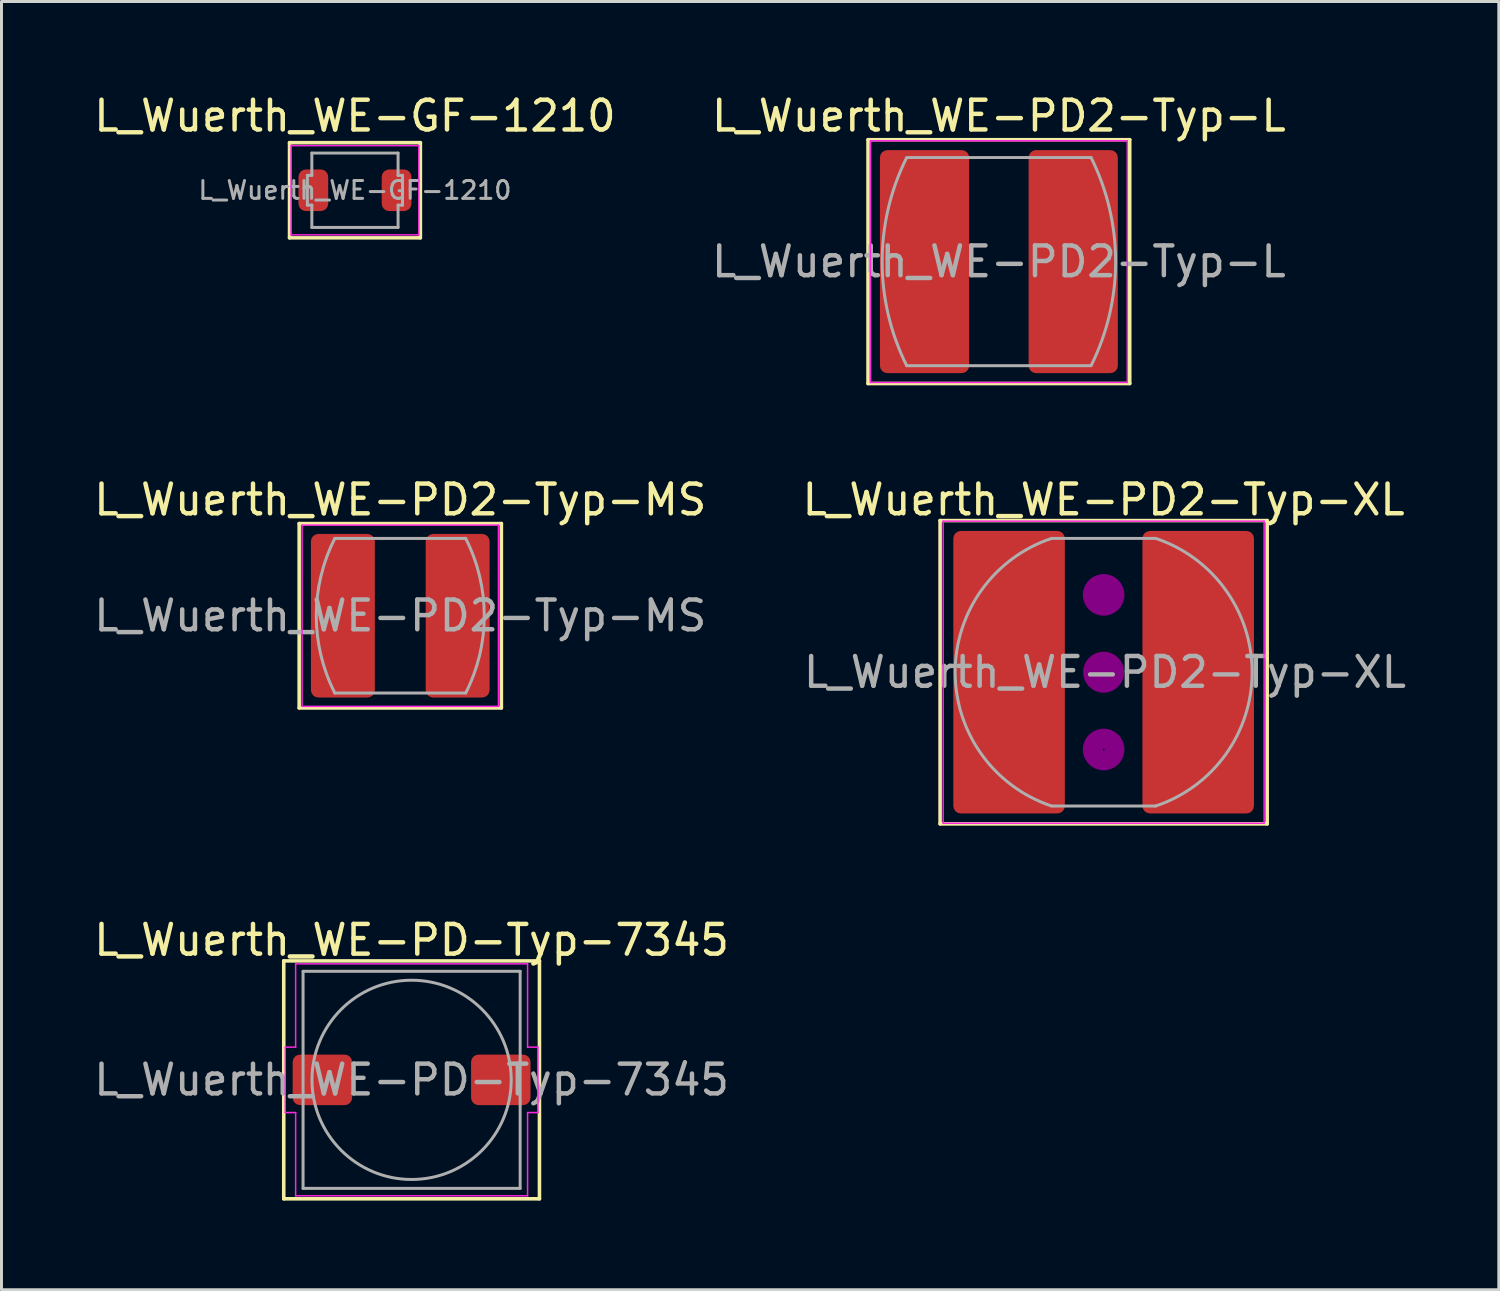
<source format=kicad_pcb>
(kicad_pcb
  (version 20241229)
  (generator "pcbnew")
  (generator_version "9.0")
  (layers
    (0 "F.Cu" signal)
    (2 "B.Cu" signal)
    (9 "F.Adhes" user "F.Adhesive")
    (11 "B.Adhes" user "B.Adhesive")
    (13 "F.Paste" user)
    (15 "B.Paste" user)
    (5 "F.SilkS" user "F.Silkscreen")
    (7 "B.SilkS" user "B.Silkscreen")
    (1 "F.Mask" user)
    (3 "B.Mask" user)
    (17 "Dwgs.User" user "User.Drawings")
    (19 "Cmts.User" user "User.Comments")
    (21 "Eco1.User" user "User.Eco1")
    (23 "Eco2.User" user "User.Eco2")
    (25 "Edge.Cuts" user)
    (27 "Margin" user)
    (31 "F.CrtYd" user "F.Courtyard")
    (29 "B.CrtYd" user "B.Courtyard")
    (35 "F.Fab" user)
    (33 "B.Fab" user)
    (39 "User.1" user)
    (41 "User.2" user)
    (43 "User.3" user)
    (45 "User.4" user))
  (footprint "L_Wuerth_WE-GF-1210"
    (layer "F.Cu")
    (at 8.887 3.348)
    (property "Reference" "L_Wuerth_WE-GF-1210" (at 0 -2.5 0) (layer "F.SilkS") (effects (font (size 1 1) (thickness 0.15))))
    (attr smd)
    (fp_line (start -2.2 -1.6) (end -2.2 1.6) (stroke (width 0.12) (type solid)) (layer "F.SilkS"))
    (fp_line (start -2.2 1.6) (end 2.2 1.6) (stroke (width 0.12) (type solid)) (layer "F.SilkS"))
    (fp_line (start 2.2 -1.6) (end -2.2 -1.6) (stroke (width 0.12) (type solid)) (layer "F.SilkS"))
    (fp_line (start 2.2 1.6) (end 2.2 -1.6) (stroke (width 0.12) (type solid)) (layer "F.SilkS"))
    (fp_line (start -2.15 -1.5) (end -2.15 1.5) (stroke (width 0.05) (type solid)) (layer "F.CrtYd"))
    (fp_line (start -2.15 -1.5) (end 2.15 -1.5) (stroke (width 0.05) (type solid)) (layer "F.CrtYd"))
    (fp_line (start -2.15 1.5) (end 2.15 1.5) (stroke (width 0.05) (type solid)) (layer "F.CrtYd"))
    (fp_line (start 2.15 -1.5) (end 2.15 1.5) (stroke (width 0.05) (type solid)) (layer "F.CrtYd"))
    (fp_line (start -1.6 -0.5) (end -1.6 0.5) (stroke (width 0.1) (type solid)) (layer "F.Fab"))
    (fp_line (start -1.6 -0.5) (end -1.45 -0.5) (stroke (width 0.1) (type solid)) (layer "F.Fab"))
    (fp_line (start -1.45 -1.25) (end -1.45 -0.5) (stroke (width 0.1) (type solid)) (layer "F.Fab"))
    (fp_line (start -1.45 -1.25) (end 1.45 -1.25) (stroke (width 0.1) (type solid)) (layer "F.Fab"))
    (fp_line (start -1.45 0.5) (end -1.6 0.5) (stroke (width 0.1) (type solid)) (layer "F.Fab"))
    (fp_line (start -1.45 0.5) (end -1.45 1.25) (stroke (width 0.1) (type solid)) (layer "F.Fab"))
    (fp_line (start -1.45 1.25) (end 1.45 1.25) (stroke (width 0.1) (type solid)) (layer "F.Fab"))
    (fp_line (start 1.45 -1.25) (end 1.45 -0.5) (stroke (width 0.1) (type solid)) (layer "F.Fab"))
    (fp_line (start 1.45 -0.5) (end 1.6 -0.5) (stroke (width 0.1) (type solid)) (layer "F.Fab"))
    (fp_line (start 1.45 0.5) (end 1.45 1.25) (stroke (width 0.1) (type solid)) (layer "F.Fab"))
    (fp_line (start 1.6 -0.5) (end 1.6 0.5) (stroke (width 0.1) (type solid)) (layer "F.Fab"))
    (fp_line (start 1.6 0.5) (end 1.45 0.5) (stroke (width 0.1) (type solid)) (layer "F.Fab"))
    (fp_text user "${REFERENCE}" (at 0 0 0) (layer "F.Fab") (effects (font (size 0.6 0.6) (thickness 0.1))))
    (pad "1" smd roundrect (at -1.4 0) (size 1 1.4) (layers "F.Cu" "F.Mask" "F.Paste") (roundrect_rratio 0.25))
    (pad "2" smd roundrect (at 1.4 0) (size 1 1.4) (layers "F.Cu" "F.Mask" "F.Paste") (roundrect_rratio 0.25)))
  (footprint "L_Wuerth_WE-PD2-Typ-MS"
    (layer "F.Cu")
    (at 10.411 17.657)
    (property "Reference" "L_Wuerth_WE-PD2-Typ-MS" (at 0 -3.9 0) (layer "F.SilkS") (effects (font (size 1 1) (thickness 0.15))))
    (attr smd)
    (fp_line (start -3.4 -3.1) (end -3.4 3.1) (stroke (width 0.12) (type solid)) (layer "F.SilkS"))
    (fp_line (start -3.4 3.1) (end 3.4 3.1) (stroke (width 0.12) (type solid)) (layer "F.SilkS"))
    (fp_line (start 3.4 -3.1) (end -3.4 -3.1) (stroke (width 0.12) (type solid)) (layer "F.SilkS"))
    (fp_line (start 3.4 3.1) (end 3.4 -3.1) (stroke (width 0.12) (type solid)) (layer "F.SilkS"))
    (fp_line (start -3.302 -3.048) (end 3.302 -3.048) (stroke (width 0.05) (type solid)) (layer "F.CrtYd"))
    (fp_line (start -3.302 3.048) (end -3.302 -3.048) (stroke (width 0.05) (type solid)) (layer "F.CrtYd"))
    (fp_line (start 3.302 -3.048) (end 3.302 3.048) (stroke (width 0.05) (type solid)) (layer "F.CrtYd"))
    (fp_line (start 3.302 3.048) (end -3.302 3.048) (stroke (width 0.05) (type solid)) (layer "F.CrtYd"))
    (fp_line (start -2.2 -2.6) (end 2.2 -2.6) (stroke (width 0.1) (type solid)) (layer "F.Fab"))
    (fp_line (start 2.2 2.6) (end -2.2 2.6) (stroke (width 0.1) (type solid)) (layer "F.Fab"))
    (fp_arc (start -2.2 2.6) (mid -2.824509 0.001265) (end -2.201149 -2.597745) (stroke (width 0.1) (type solid)) (layer "F.Fab"))
    (fp_arc (start 2.2 -2.6) (mid 2.824509 -0.001265) (end 2.201149 2.597745) (stroke (width 0.1) (type solid)) (layer "F.Fab"))
    (fp_text user "${REFERENCE}" (at 0 0 0) (layer "F.Fab") (effects (font (size 1 1) (thickness 0.15))))
    (pad "1" smd roundrect (at -1.93 0) (size 2.15 5.5) (layers "F.Cu" "F.Mask" "F.Paste") (roundrect_rratio 0.116))
    (pad "2" smd roundrect (at 1.93 0) (size 2.15 5.5) (layers "F.Cu" "F.Mask" "F.Paste") (roundrect_rratio 0.116)))
  (footprint "L_Wuerth_WE-PD2-Typ-XL"
    (layer "F.Cu")
    (at 34.065 19.556)
    (property "Reference" "L_Wuerth_WE-PD2-Typ-XL" (at 0 -5.8 0) (layer "F.SilkS") (effects (font (size 1 1) (thickness 0.15))))
    (attr smd)
    (fp_line (start -5.5 -5.1) (end -5.5 5.1) (stroke (width 0.12) (type solid)) (layer "F.SilkS"))
    (fp_line (start -5.5 5.1) (end 5.5 5.1) (stroke (width 0.12) (type solid)) (layer "F.SilkS"))
    (fp_line (start 5.5 -5.1) (end -5.5 -5.1) (stroke (width 0.12) (type solid)) (layer "F.SilkS"))
    (fp_line (start 5.5 5.1) (end 5.5 -5.1) (stroke (width 0.12) (type solid)) (layer "F.SilkS"))
    (fp_circle (center 0 -2.6) (end 0.2 -2.6) (stroke (width 0.38) (type solid)) (fill no) (layer "F.Adhes"))
    (fp_circle (center 0 -2.6) (end 0.5 -2.5) (stroke (width 0.38) (type solid)) (fill no) (layer "F.Adhes"))
    (fp_circle (center 0 0) (end 0.2 0) (stroke (width 0.38) (type solid)) (fill no) (layer "F.Adhes"))
    (fp_circle (center 0 0) (end 0.5 0) (stroke (width 0.38) (type solid)) (fill no) (layer "F.Adhes"))
    (fp_circle (center 0 2.6) (end 0.1 2.8) (stroke (width 0.38) (type solid)) (fill no) (layer "F.Adhes"))
    (fp_circle (center 0 2.6) (end 0.5 2.7) (stroke (width 0.38) (type solid)) (fill no) (layer "F.Adhes"))
    (fp_line (start -5.397 -5.08) (end -5.397 5.08) (stroke (width 0.05) (type solid)) (layer "F.CrtYd"))
    (fp_line (start -5.397 5.08) (end 5.397 5.08) (stroke (width 0.05) (type solid)) (layer "F.CrtYd"))
    (fp_line (start 5.397 -5.08) (end -5.397 -5.08) (stroke (width 0.05) (type solid)) (layer "F.CrtYd"))
    (fp_line (start 5.397 5.08) (end 5.397 -5.08) (stroke (width 0.05) (type solid)) (layer "F.CrtYd"))
    (fp_line (start -1.75 4.5) (end 1.75 4.5) (stroke (width 0.1) (type solid)) (layer "F.Fab"))
    (fp_line (start 1.75 -4.5) (end -1.75 -4.5) (stroke (width 0.1) (type solid)) (layer "F.Fab"))
    (fp_arc (start -1.760214 4.496582) (mid -4.993413 -0.005385) (end -1.75 -4.5) (stroke (width 0.1) (type solid)) (layer "F.Fab"))
    (fp_arc (start 1.760214 -4.496582) (mid 4.993413 0.005385) (end 1.75 4.5) (stroke (width 0.1) (type solid)) (layer "F.Fab"))
    (fp_text user "${REFERENCE}" (at 0.045 0 0) (layer "F.Fab") (effects (font (size 1 1) (thickness 0.15))))
    (pad "1" smd roundrect (at -3.18 0) (size 3.75 9.5) (layers "F.Cu" "F.Mask" "F.Paste") (roundrect_rratio 0.067))
    (pad "2" smd roundrect (at 3.18 0) (size 3.75 9.5) (layers "F.Cu" "F.Mask" "F.Paste") (roundrect_rratio 0.067)))
  (footprint "L_Wuerth_WE-PD-Typ-7345"
    (layer "F.Cu")
    (at 10.792 33.265)
    (property "Reference" "L_Wuerth_WE-PD-Typ-7345" (at 0 -4.7 0) (layer "F.SilkS") (effects (font (size 1 1) (thickness 0.15))))
    (attr smd)
    (fp_line (start -4.3 -4) (end 4.3 -4) (stroke (width 0.12) (type solid)) (layer "F.SilkS"))
    (fp_line (start -4.3 0) (end -4.3 -4) (stroke (width 0.12) (type solid)) (layer "F.SilkS"))
    (fp_line (start -4.3 4) (end -4.3 0) (stroke (width 0.12) (type solid)) (layer "F.SilkS"))
    (fp_line (start 4.3 -4) (end 4.3 4) (stroke (width 0.12) (type solid)) (layer "F.SilkS"))
    (fp_line (start 4.3 4) (end -4.3 4) (stroke (width 0.12) (type solid)) (layer "F.SilkS"))
    (fp_line (start -4.25 -1.1) (end -3.9 -1.1) (stroke (width 0.05) (type solid)) (layer "F.CrtYd"))
    (fp_line (start -4.25 1.1) (end -4.25 -1.1) (stroke (width 0.05) (type solid)) (layer "F.CrtYd"))
    (fp_line (start -4.25 1.1) (end -3.9 1.1) (stroke (width 0.05) (type solid)) (layer "F.CrtYd"))
    (fp_line (start -3.9 -3.9) (end 3.9 -3.9) (stroke (width 0.05) (type solid)) (layer "F.CrtYd"))
    (fp_line (start -3.9 -1.1) (end -3.9 -3.9) (stroke (width 0.05) (type solid)) (layer "F.CrtYd"))
    (fp_line (start -3.9 3.9) (end -3.9 1.1) (stroke (width 0.05) (type solid)) (layer "F.CrtYd"))
    (fp_line (start 3.9 -1.1) (end 3.9 -3.9) (stroke (width 0.05) (type solid)) (layer "F.CrtYd"))
    (fp_line (start 3.9 -1.1) (end 4.25 -1.1) (stroke (width 0.05) (type solid)) (layer "F.CrtYd"))
    (fp_line (start 3.9 1.1) (end 4.25 1.1) (stroke (width 0.05) (type solid)) (layer "F.CrtYd"))
    (fp_line (start 3.9 3.9) (end -3.9 3.9) (stroke (width 0.05) (type solid)) (layer "F.CrtYd"))
    (fp_line (start 3.9 3.9) (end 3.9 1.1) (stroke (width 0.05) (type solid)) (layer "F.CrtYd"))
    (fp_line (start 4.25 1.1) (end 4.25 -1.1) (stroke (width 0.05) (type solid)) (layer "F.CrtYd"))
    (fp_line (start -3.65 -3.65) (end -3.65 3.65) (stroke (width 0.1) (type solid)) (layer "F.Fab"))
    (fp_line (start -3.65 3.65) (end 3.65 3.65) (stroke (width 0.1) (type solid)) (layer "F.Fab"))
    (fp_line (start 3.65 -3.65) (end -3.65 -3.65) (stroke (width 0.1) (type solid)) (layer "F.Fab"))
    (fp_line (start 3.65 3.65) (end 3.65 -3.65) (stroke (width 0.1) (type solid)) (layer "F.Fab"))
    (fp_circle (center 0 0) (end 3.35 -0.05) (stroke (width 0.1) (type solid)) (fill no) (layer "F.Fab"))
    (fp_text user "${REFERENCE}" (at 0 0 0) (layer "F.Fab") (effects (font (size 1 1) (thickness 0.15))))
    (pad "1" smd roundrect (at -3 0) (size 2 1.7) (layers "F.Cu" "F.Mask" "F.Paste") (roundrect_rratio 0.147))
    (pad "2" smd roundrect (at 3 0) (size 2 1.7) (layers "F.Cu" "F.Mask" "F.Paste") (roundrect_rratio 0.147)))
  (footprint "L_Wuerth_WE-PD2-Typ-L"
    (layer "F.Cu")
    (at 30.542 5.748)
    (property "Reference" "L_Wuerth_WE-PD2-Typ-L" (at 0 -4.9 0) (layer "F.SilkS") (effects (font (size 1 1) (thickness 0.15))))
    (attr smd)
    (fp_line (start -4.4 -4.1) (end -4.4 4.1) (stroke (width 0.12) (type solid)) (layer "F.SilkS"))
    (fp_line (start -4.4 4.1) (end 4.4 4.1) (stroke (width 0.12) (type solid)) (layer "F.SilkS"))
    (fp_line (start 4.4 -4.1) (end -4.4 -4.1) (stroke (width 0.12) (type solid)) (layer "F.SilkS"))
    (fp_line (start 4.4 4.1) (end 4.4 -4.1) (stroke (width 0.12) (type solid)) (layer "F.SilkS"))
    (fp_line (start -4.318 -4.064) (end 4.318 -4.064) (stroke (width 0.05) (type solid)) (layer "F.CrtYd"))
    (fp_line (start -4.318 4.064) (end -4.318 -4.064) (stroke (width 0.05) (type solid)) (layer "F.CrtYd"))
    (fp_line (start 4.318 -4.064) (end 4.318 4.064) (stroke (width 0.05) (type solid)) (layer "F.CrtYd"))
    (fp_line (start 4.318 4.064) (end -4.318 4.064) (stroke (width 0.05) (type solid)) (layer "F.CrtYd"))
    (fp_line (start -3.1 3.5) (end 3.1 3.5) (stroke (width 0.1) (type solid)) (layer "F.Fab"))
    (fp_line (start 3.1 -3.5) (end -3.1 -3.5) (stroke (width 0.1) (type solid)) (layer "F.Fab"))
    (fp_arc (start -3.1 3.5) (mid -3.926233 0.008885) (end -3.107929 -3.484096) (stroke (width 0.1) (type solid)) (layer "F.Fab"))
    (fp_arc (start 3.1 -3.5) (mid 3.926233 -0.008885) (end 3.107929 3.484096) (stroke (width 0.1) (type solid)) (layer "F.Fab"))
    (fp_text user "${REFERENCE}" (at 0 0 0) (layer "F.Fab") (effects (font (size 1 1) (thickness 0.15))))
    (pad "1" smd roundrect (at -2.5 0) (size 3 7.5) (layers "F.Cu" "F.Mask" "F.Paste") (roundrect_rratio 0.083))
    (pad "2" smd roundrect (at 2.5 0) (size 3 7.5) (layers "F.Cu" "F.Mask" "F.Paste") (roundrect_rratio 0.083)))
  (gr_rect
    (start -3 -3)
    (end 47.355 40.325)
    (stroke (width 0.1) (type default))
    (fill no)
    (layer "Edge.Cuts")))
</source>
